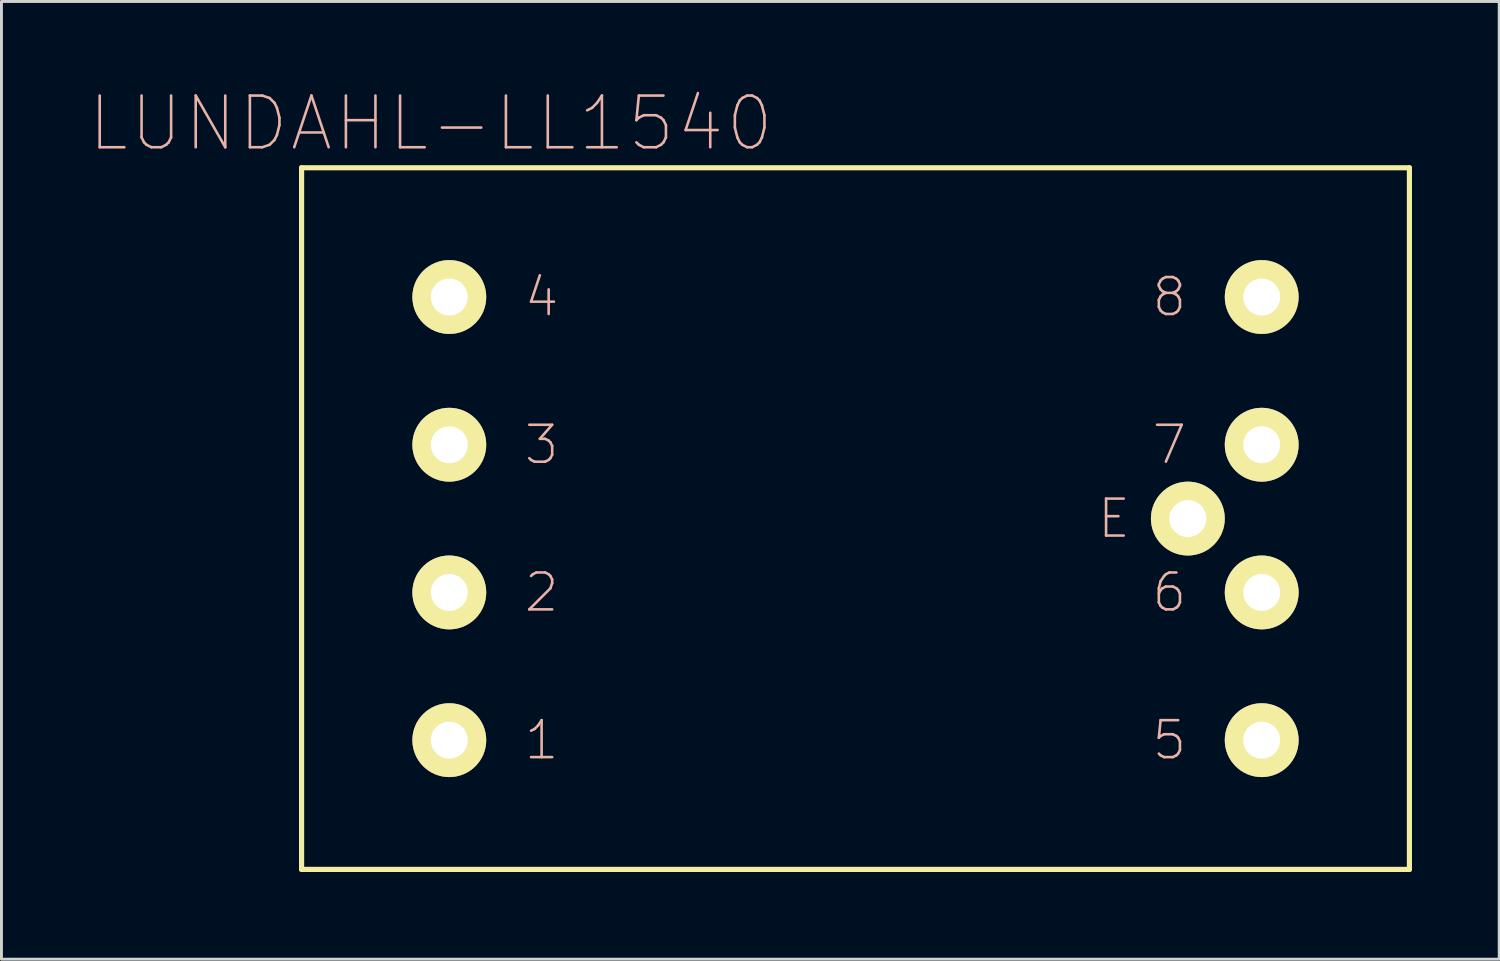
<source format=kicad_pcb>
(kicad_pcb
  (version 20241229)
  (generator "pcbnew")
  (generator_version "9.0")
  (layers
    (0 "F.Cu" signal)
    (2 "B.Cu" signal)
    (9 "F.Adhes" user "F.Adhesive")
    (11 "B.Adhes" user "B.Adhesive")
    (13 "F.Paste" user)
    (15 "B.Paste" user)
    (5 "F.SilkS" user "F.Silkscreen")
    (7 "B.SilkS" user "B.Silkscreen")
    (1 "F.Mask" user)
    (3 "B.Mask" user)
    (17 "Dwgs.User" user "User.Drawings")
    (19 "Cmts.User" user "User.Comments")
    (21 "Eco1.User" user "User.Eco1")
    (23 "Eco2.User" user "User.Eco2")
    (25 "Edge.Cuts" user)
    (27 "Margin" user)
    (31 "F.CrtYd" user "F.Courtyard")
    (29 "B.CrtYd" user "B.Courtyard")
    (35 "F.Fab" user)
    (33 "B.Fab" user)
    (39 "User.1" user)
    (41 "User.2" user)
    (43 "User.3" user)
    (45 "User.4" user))
  (footprint "LUNDAHL-LL1540"
    (layer "F.Cu")
    (at 25.737 14.785)
    (property "Reference" "LUNDAHL-LL1540" (at -13.97 -13.589 0) (layer "B.SilkS") (effects (font (size 1.778 1.778) (thickness 0.089))))
    (attr exclude_from_pos_files exclude_from_bom)
    (fp_line (start -18.415 -12.065) (end -18.415 12.065) (stroke (width 0.178) (type solid)) (layer "F.SilkS"))
    (fp_line (start -18.415 12.065) (end 19.685 12.065) (stroke (width 0.178) (type solid)) (layer "F.SilkS"))
    (fp_line (start 19.685 -12.065) (end -18.415 -12.065) (stroke (width 0.178) (type solid)) (layer "F.SilkS"))
    (fp_line (start 19.685 12.065) (end 19.685 -12.065) (stroke (width 0.178) (type solid)) (layer "F.SilkS"))
    (fp_text user "2" (at -10.16 2.54 0) (layer "B.SilkS") (effects (font (size 1.27 1.27) (thickness 0.089))))
    (fp_text user "6" (at 11.43 2.54 180) (layer "B.SilkS") (effects (font (size 1.27 1.27) (thickness 0.089))))
    (fp_text user "8" (at 11.43 -7.62 180) (layer "B.SilkS") (effects (font (size 1.27 1.27) (thickness 0.089))))
    (fp_text user "7" (at 11.43 -2.54 180) (layer "B.SilkS") (effects (font (size 1.27 1.27) (thickness 0.089))))
    (fp_text user "5" (at 11.43 7.62 0) (layer "B.SilkS") (effects (font (size 1.27 1.27) (thickness 0.089))))
    (fp_text user "3" (at -10.16 -2.54 0) (layer "B.SilkS") (effects (font (size 1.27 1.27) (thickness 0.089))))
    (fp_text user "1" (at -10.16 7.62 0) (layer "B.SilkS") (effects (font (size 1.27 1.27) (thickness 0.089))))
    (fp_text user "4" (at -10.16 -7.62 0) (layer "B.SilkS") (effects (font (size 1.27 1.27) (thickness 0.089))))
    (fp_text user "E" (at 9.525 0 180) (layer "B.SilkS") (effects (font (size 1.27 1.27) (thickness 0.089))))
    (pad "1" thru_hole circle (at -13.335 7.62) (size 2.54 2.54) (drill 1.27) (layers "*.Cu" "F.Mask" "F.SilkS" "F.Paste"))
    (pad "2" thru_hole circle (at -13.335 2.54) (size 2.54 2.54) (drill 1.27) (layers "*.Cu" "F.Mask" "F.SilkS" "F.Paste"))
    (pad "3" thru_hole circle (at -13.335 -2.54) (size 2.54 2.54) (drill 1.27) (layers "*.Cu" "F.Mask" "F.SilkS" "F.Paste"))
    (pad "4" thru_hole circle (at -13.335 -7.62) (size 2.54 2.54) (drill 1.27) (layers "*.Cu" "F.Mask" "F.SilkS" "F.Paste"))
    (pad "5" thru_hole circle (at 14.605 7.62) (size 2.54 2.54) (drill 1.27) (layers "*.Cu" "F.Mask" "F.SilkS" "F.Paste"))
    (pad "6" thru_hole circle (at 14.605 2.54) (size 2.54 2.54) (drill 1.27) (layers "*.Cu" "F.Mask" "F.SilkS" "F.Paste"))
    (pad "7" thru_hole circle (at 14.605 -2.54) (size 2.54 2.54) (drill 1.27) (layers "*.Cu" "F.Mask" "F.SilkS" "F.Paste"))
    (pad "8" thru_hole circle (at 14.605 -7.62) (size 2.54 2.54) (drill 1.27) (layers "*.Cu" "F.Mask" "F.SilkS" "F.Paste"))
    (pad "E" thru_hole circle (at 12.065 0) (size 2.54 2.54) (drill 1.27) (layers "*.Cu" "F.Mask" "F.SilkS" "F.Paste")))
  (gr_rect
    (start -3 -3)
    (end 48.51 29.939)
    (stroke (width 0.1) (type default))
    (fill no)
    (layer "Edge.Cuts")))
</source>
